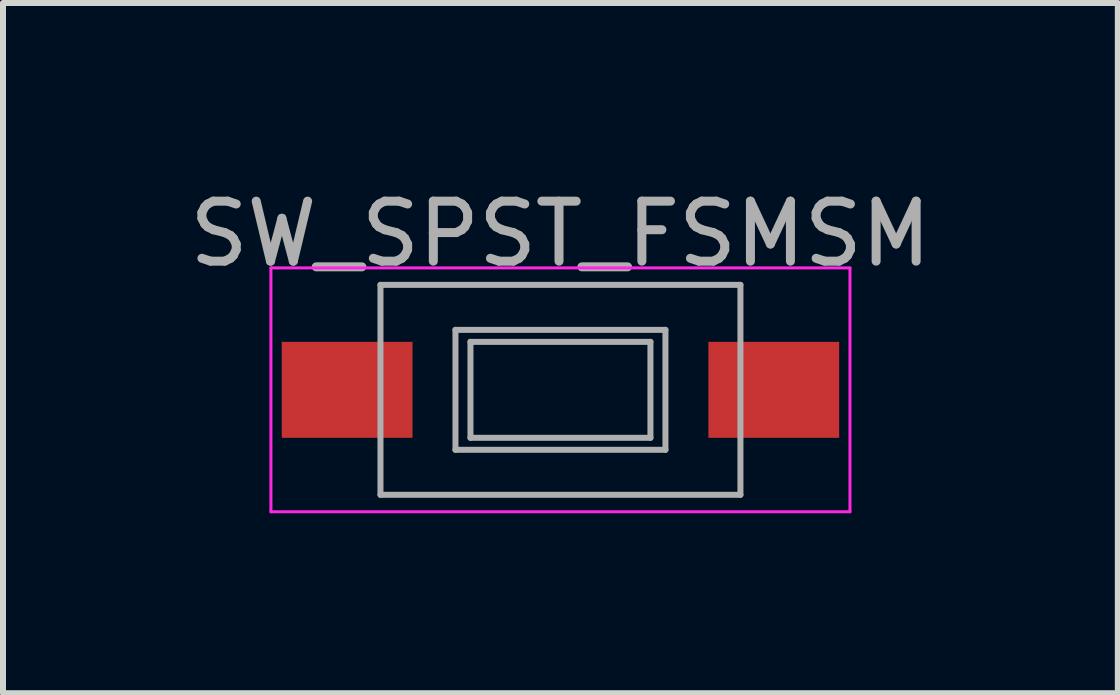
<source format=kicad_pcb>
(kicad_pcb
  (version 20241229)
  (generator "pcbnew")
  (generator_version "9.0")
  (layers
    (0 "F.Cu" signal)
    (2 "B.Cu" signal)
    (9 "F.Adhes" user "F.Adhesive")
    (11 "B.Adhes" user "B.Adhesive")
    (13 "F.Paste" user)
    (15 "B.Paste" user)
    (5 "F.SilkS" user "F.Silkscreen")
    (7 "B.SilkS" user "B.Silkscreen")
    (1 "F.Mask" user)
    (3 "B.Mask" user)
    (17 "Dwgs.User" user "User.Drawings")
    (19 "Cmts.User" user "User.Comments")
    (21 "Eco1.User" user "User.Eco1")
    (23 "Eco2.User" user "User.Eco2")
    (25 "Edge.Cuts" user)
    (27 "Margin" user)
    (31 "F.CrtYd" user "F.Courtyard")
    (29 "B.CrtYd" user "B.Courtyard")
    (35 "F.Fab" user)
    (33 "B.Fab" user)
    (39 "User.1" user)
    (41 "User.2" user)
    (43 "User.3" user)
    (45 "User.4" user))
  (footprint "SW_SPST_FSMSM"
    (layer "F.Cu")
    (at 6.292 3.448)
    (property "Reference" "SW_SPST_FSMSM" (at 0 -2.6 0) (layer "Eco2.User") (effects (font (size 1 1) (thickness 0.15))))
    (attr smd)
    (fp_line (start -4.826 -2.032) (end -4.826 2.032) (stroke (width 0.05) (type solid)) (layer "F.CrtYd"))
    (fp_line (start -4.826 -2.032) (end 4.826 -2.032) (stroke (width 0.05) (type solid)) (layer "F.CrtYd"))
    (fp_line (start -4.826 2.032) (end 4.826 2.032) (stroke (width 0.05) (type solid)) (layer "F.CrtYd"))
    (fp_line (start 4.826 -2.032) (end 4.826 2.032) (stroke (width 0.05) (type solid)) (layer "F.CrtYd"))
    (fp_line (start -3 -1.75) (end -3 1.75) (stroke (width 0.1) (type solid)) (layer "F.Fab"))
    (fp_line (start -3 -1.75) (end 3 -1.75) (stroke (width 0.1) (type solid)) (layer "F.Fab"))
    (fp_line (start -3 1.75) (end 3 1.75) (stroke (width 0.1) (type solid)) (layer "F.Fab"))
    (fp_line (start -1.75 -1) (end 1.75 -1) (stroke (width 0.1) (type solid)) (layer "F.Fab"))
    (fp_line (start -1.75 1) (end -1.75 -1) (stroke (width 0.1) (type solid)) (layer "F.Fab"))
    (fp_line (start -1.5 -0.8) (end -1.5 0.8) (stroke (width 0.1) (type solid)) (layer "F.Fab"))
    (fp_line (start -1.5 -0.8) (end 1.5 -0.8) (stroke (width 0.1) (type solid)) (layer "F.Fab"))
    (fp_line (start -1.5 0.8) (end 1.5 0.8) (stroke (width 0.1) (type solid)) (layer "F.Fab"))
    (fp_line (start 1.5 -0.8) (end 1.5 0.8) (stroke (width 0.1) (type solid)) (layer "F.Fab"))
    (fp_line (start 1.75 -1) (end 1.75 1) (stroke (width 0.1) (type solid)) (layer "F.Fab"))
    (fp_line (start 1.75 1) (end -1.75 1) (stroke (width 0.1) (type solid)) (layer "F.Fab"))
    (fp_line (start 3 -1.75) (end 3 1.75) (stroke (width 0.1) (type solid)) (layer "F.Fab"))
    (fp_text user "${REFERENCE}" (at 0 -2.6 0) (layer "F.Fab") (effects (font (size 1 1) (thickness 0.15))))
    (pad "1" smd rect (at -3.556 0) (size 2.18 1.6) (layers "F.Cu" "F.Mask" "F.Paste"))
    (pad "2" smd rect (at 3.556 0) (size 2.18 1.6) (layers "F.Cu" "F.Mask" "F.Paste")))
  (gr_rect
    (start -3 -3)
    (end 15.583 8.505)
    (stroke (width 0.1) (type default))
    (fill no)
    (layer "Edge.Cuts")))
</source>
